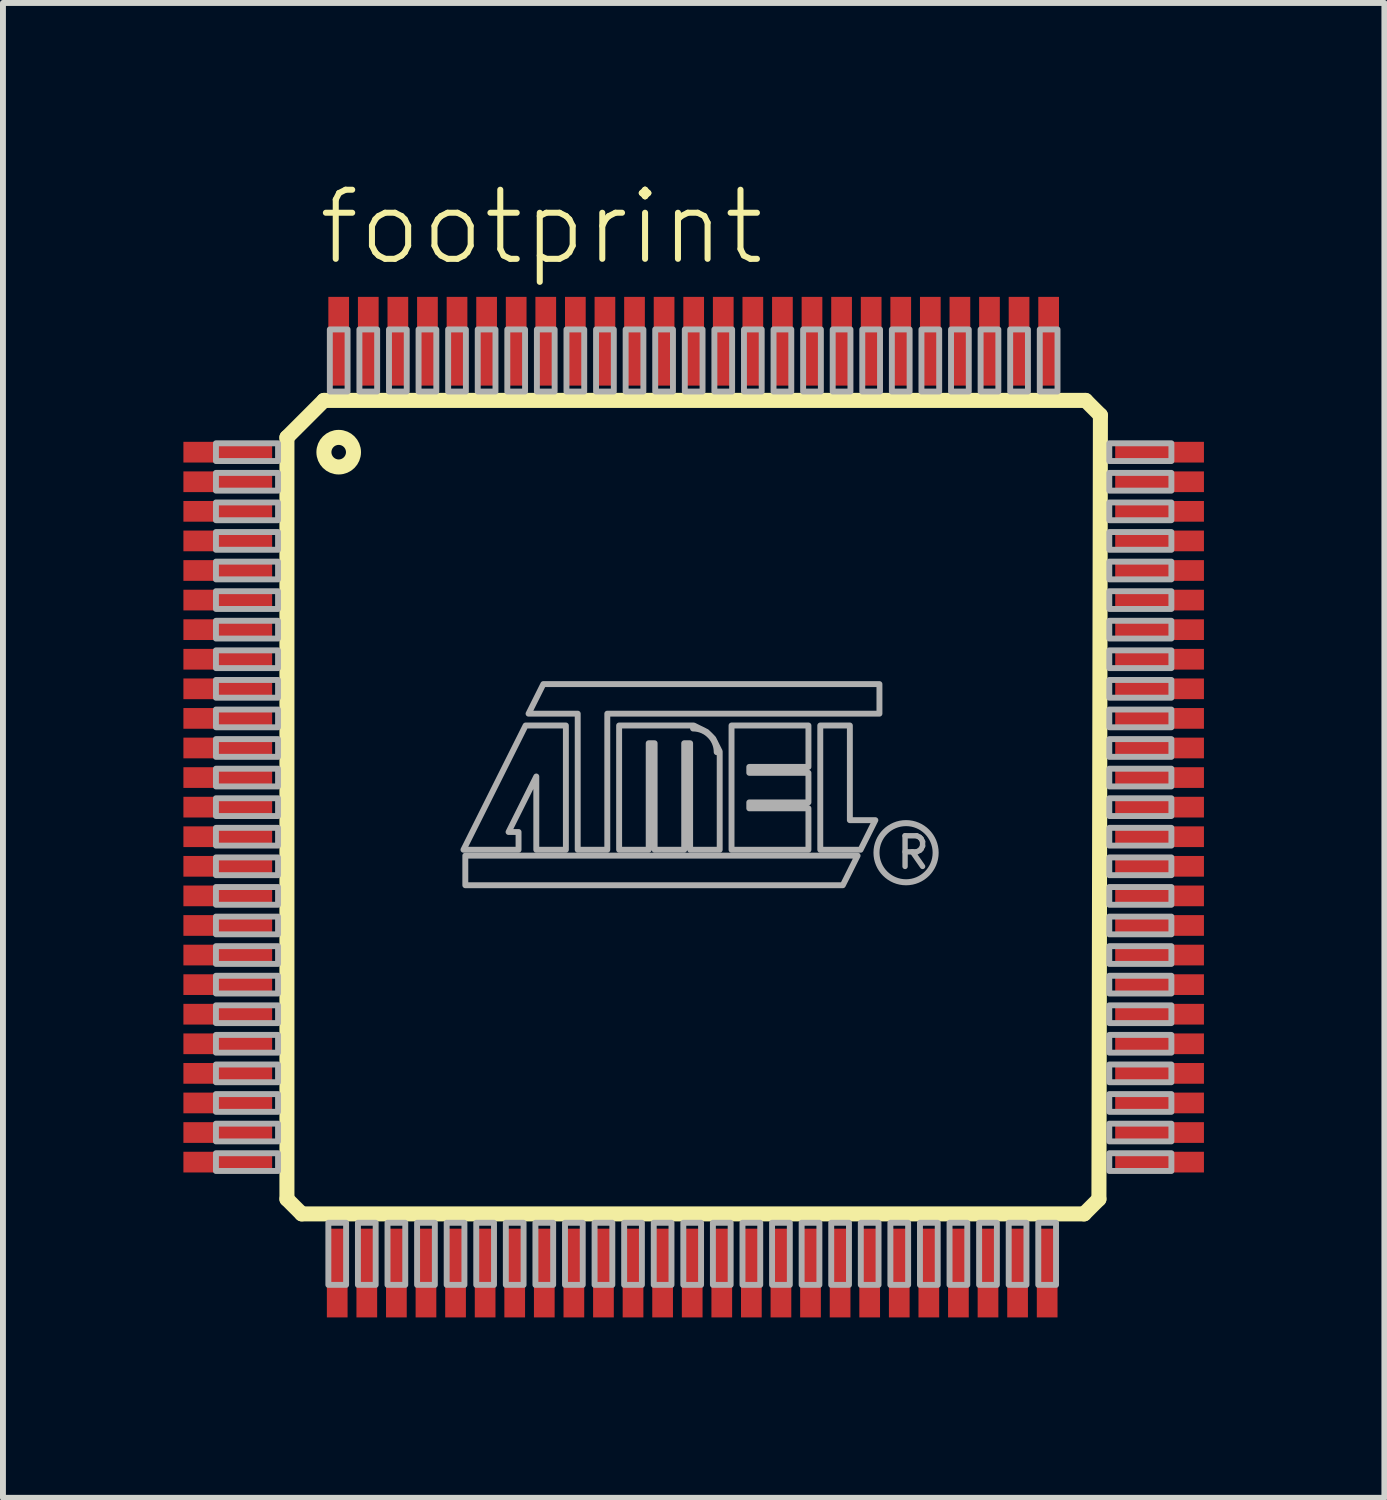
<source format=kicad_pcb>
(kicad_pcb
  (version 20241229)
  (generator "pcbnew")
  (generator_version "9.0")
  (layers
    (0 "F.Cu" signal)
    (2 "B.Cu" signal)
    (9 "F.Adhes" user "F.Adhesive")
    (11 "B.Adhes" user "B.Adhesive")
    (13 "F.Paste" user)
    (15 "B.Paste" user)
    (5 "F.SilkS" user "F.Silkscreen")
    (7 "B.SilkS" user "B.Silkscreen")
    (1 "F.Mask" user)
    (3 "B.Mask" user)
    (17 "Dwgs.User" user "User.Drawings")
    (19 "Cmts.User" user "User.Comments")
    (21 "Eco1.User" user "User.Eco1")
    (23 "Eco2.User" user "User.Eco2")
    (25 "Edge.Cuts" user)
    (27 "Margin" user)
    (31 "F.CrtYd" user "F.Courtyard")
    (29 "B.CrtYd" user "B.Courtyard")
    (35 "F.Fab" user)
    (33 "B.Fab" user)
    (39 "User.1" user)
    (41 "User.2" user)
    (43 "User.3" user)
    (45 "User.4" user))
  (footprint "footprint"
    (layer "F.Cu")
    (at 8.675 10.593)
    (property "Reference" "footprint" (at -6.395 -9.12 0) (layer "F.SilkS") (effects (font (size 1.168 1.168) (thickness 0.102)) (justify left bottom)))
    (fp_poly (pts (xy -8.675 -5.8) (xy -7.075 -5.8) (xy -7.075 -6.2) (xy -8.675 -6.2)) (stroke (width 0) (type solid)) (fill yes) (layer "F.Mask"))
    (fp_poly (pts (xy -8.675 -5.3) (xy -7.075 -5.3) (xy -7.075 -5.7) (xy -8.675 -5.7)) (stroke (width 0) (type solid)) (fill yes) (layer "F.Mask"))
    (fp_poly (pts (xy -8.675 -4.8) (xy -7.075 -4.8) (xy -7.075 -5.2) (xy -8.675 -5.2)) (stroke (width 0) (type solid)) (fill yes) (layer "F.Mask"))
    (fp_poly (pts (xy -8.675 -4.3) (xy -7.075 -4.3) (xy -7.075 -4.7) (xy -8.675 -4.7)) (stroke (width 0) (type solid)) (fill yes) (layer "F.Mask"))
    (fp_poly (pts (xy -8.675 -3.8) (xy -7.075 -3.8) (xy -7.075 -4.2) (xy -8.675 -4.2)) (stroke (width 0) (type solid)) (fill yes) (layer "F.Mask"))
    (fp_poly (pts (xy -8.675 -3.3) (xy -7.075 -3.3) (xy -7.075 -3.7) (xy -8.675 -3.7)) (stroke (width 0) (type solid)) (fill yes) (layer "F.Mask"))
    (fp_poly (pts (xy -8.675 -2.8) (xy -7.075 -2.8) (xy -7.075 -3.2) (xy -8.675 -3.2)) (stroke (width 0) (type solid)) (fill yes) (layer "F.Mask"))
    (fp_poly (pts (xy -8.675 -2.3) (xy -7.075 -2.3) (xy -7.075 -2.7) (xy -8.675 -2.7)) (stroke (width 0) (type solid)) (fill yes) (layer "F.Mask"))
    (fp_poly (pts (xy -8.675 -1.8) (xy -7.075 -1.8) (xy -7.075 -2.2) (xy -8.675 -2.2)) (stroke (width 0) (type solid)) (fill yes) (layer "F.Mask"))
    (fp_poly (pts (xy -8.675 -1.3) (xy -7.075 -1.3) (xy -7.075 -1.7) (xy -8.675 -1.7)) (stroke (width 0) (type solid)) (fill yes) (layer "F.Mask"))
    (fp_poly (pts (xy -8.675 -0.8) (xy -7.075 -0.8) (xy -7.075 -1.2) (xy -8.675 -1.2)) (stroke (width 0) (type solid)) (fill yes) (layer "F.Mask"))
    (fp_poly (pts (xy -8.675 -0.3) (xy -7.075 -0.3) (xy -7.075 -0.7) (xy -8.675 -0.7)) (stroke (width 0) (type solid)) (fill yes) (layer "F.Mask"))
    (fp_poly (pts (xy -8.675 0.2) (xy -7.075 0.2) (xy -7.075 -0.2) (xy -8.675 -0.2)) (stroke (width 0) (type solid)) (fill yes) (layer "F.Mask"))
    (fp_poly (pts (xy -8.675 0.7) (xy -7.075 0.7) (xy -7.075 0.3) (xy -8.675 0.3)) (stroke (width 0) (type solid)) (fill yes) (layer "F.Mask"))
    (fp_poly (pts (xy -8.675 1.2) (xy -7.075 1.2) (xy -7.075 0.8) (xy -8.675 0.8)) (stroke (width 0) (type solid)) (fill yes) (layer "F.Mask"))
    (fp_poly (pts (xy -8.675 1.7) (xy -7.075 1.7) (xy -7.075 1.3) (xy -8.675 1.3)) (stroke (width 0) (type solid)) (fill yes) (layer "F.Mask"))
    (fp_poly (pts (xy -8.675 2.2) (xy -7.075 2.2) (xy -7.075 1.8) (xy -8.675 1.8)) (stroke (width 0) (type solid)) (fill yes) (layer "F.Mask"))
    (fp_poly (pts (xy -8.675 2.7) (xy -7.075 2.7) (xy -7.075 2.3) (xy -8.675 2.3)) (stroke (width 0) (type solid)) (fill yes) (layer "F.Mask"))
    (fp_poly (pts (xy -8.675 3.2) (xy -7.075 3.2) (xy -7.075 2.8) (xy -8.675 2.8)) (stroke (width 0) (type solid)) (fill yes) (layer "F.Mask"))
    (fp_poly (pts (xy -8.675 3.7) (xy -7.075 3.7) (xy -7.075 3.3) (xy -8.675 3.3)) (stroke (width 0) (type solid)) (fill yes) (layer "F.Mask"))
    (fp_poly (pts (xy -8.675 4.2) (xy -7.075 4.2) (xy -7.075 3.8) (xy -8.675 3.8)) (stroke (width 0) (type solid)) (fill yes) (layer "F.Mask"))
    (fp_poly (pts (xy -8.675 4.7) (xy -7.075 4.7) (xy -7.075 4.3) (xy -8.675 4.3)) (stroke (width 0) (type solid)) (fill yes) (layer "F.Mask"))
    (fp_poly (pts (xy -8.675 5.2) (xy -7.075 5.2) (xy -7.075 4.8) (xy -8.675 4.8)) (stroke (width 0) (type solid)) (fill yes) (layer "F.Mask"))
    (fp_poly (pts (xy -8.675 5.7) (xy -7.075 5.7) (xy -7.075 5.3) (xy -8.675 5.3)) (stroke (width 0) (type solid)) (fill yes) (layer "F.Mask"))
    (fp_poly (pts (xy -8.675 6.2) (xy -7.075 6.2) (xy -7.075 5.8) (xy -8.675 5.8)) (stroke (width 0) (type solid)) (fill yes) (layer "F.Mask"))
    (fp_poly (pts (xy -6.2 -8.675) (xy -6.2 -7.075) (xy -5.8 -7.075) (xy -5.8 -8.675)) (stroke (width 0) (type solid)) (fill yes) (layer "F.Mask"))
    (fp_poly (pts (xy -5.8 8.675) (xy -5.8 7.075) (xy -6.2 7.075) (xy -6.2 8.675)) (stroke (width 0) (type solid)) (fill yes) (layer "F.Mask"))
    (fp_poly (pts (xy -5.7 -8.675) (xy -5.7 -7.075) (xy -5.3 -7.075) (xy -5.3 -8.675)) (stroke (width 0) (type solid)) (fill yes) (layer "F.Mask"))
    (fp_poly (pts (xy -5.3 8.675) (xy -5.3 7.075) (xy -5.7 7.075) (xy -5.7 8.675)) (stroke (width 0) (type solid)) (fill yes) (layer "F.Mask"))
    (fp_poly (pts (xy -5.2 -8.675) (xy -5.2 -7.075) (xy -4.8 -7.075) (xy -4.8 -8.675)) (stroke (width 0) (type solid)) (fill yes) (layer "F.Mask"))
    (fp_poly (pts (xy -4.8 8.675) (xy -4.8 7.075) (xy -5.2 7.075) (xy -5.2 8.675)) (stroke (width 0) (type solid)) (fill yes) (layer "F.Mask"))
    (fp_poly (pts (xy -4.7 -8.675) (xy -4.7 -7.075) (xy -4.3 -7.075) (xy -4.3 -8.675)) (stroke (width 0) (type solid)) (fill yes) (layer "F.Mask"))
    (fp_poly (pts (xy -4.3 8.675) (xy -4.3 7.075) (xy -4.7 7.075) (xy -4.7 8.675)) (stroke (width 0) (type solid)) (fill yes) (layer "F.Mask"))
    (fp_poly (pts (xy -4.2 -8.675) (xy -4.2 -7.075) (xy -3.8 -7.075) (xy -3.8 -8.675)) (stroke (width 0) (type solid)) (fill yes) (layer "F.Mask"))
    (fp_poly (pts (xy -3.8 8.675) (xy -3.8 7.075) (xy -4.2 7.075) (xy -4.2 8.675)) (stroke (width 0) (type solid)) (fill yes) (layer "F.Mask"))
    (fp_poly (pts (xy -3.7 -8.675) (xy -3.7 -7.075) (xy -3.3 -7.075) (xy -3.3 -8.675)) (stroke (width 0) (type solid)) (fill yes) (layer "F.Mask"))
    (fp_poly (pts (xy -3.3 8.675) (xy -3.3 7.075) (xy -3.7 7.075) (xy -3.7 8.675)) (stroke (width 0) (type solid)) (fill yes) (layer "F.Mask"))
    (fp_poly (pts (xy -3.2 -8.675) (xy -3.2 -7.075) (xy -2.8 -7.075) (xy -2.8 -8.675)) (stroke (width 0) (type solid)) (fill yes) (layer "F.Mask"))
    (fp_poly (pts (xy -2.8 8.675) (xy -2.8 7.075) (xy -3.2 7.075) (xy -3.2 8.675)) (stroke (width 0) (type solid)) (fill yes) (layer "F.Mask"))
    (fp_poly (pts (xy -2.7 -8.675) (xy -2.7 -7.075) (xy -2.3 -7.075) (xy -2.3 -8.675)) (stroke (width 0) (type solid)) (fill yes) (layer "F.Mask"))
    (fp_poly (pts (xy -2.3 8.675) (xy -2.3 7.075) (xy -2.7 7.075) (xy -2.7 8.675)) (stroke (width 0) (type solid)) (fill yes) (layer "F.Mask"))
    (fp_poly (pts (xy -2.2 -8.675) (xy -2.2 -7.075) (xy -1.8 -7.075) (xy -1.8 -8.675)) (stroke (width 0) (type solid)) (fill yes) (layer "F.Mask"))
    (fp_poly (pts (xy -1.8 8.675) (xy -1.8 7.075) (xy -2.2 7.075) (xy -2.2 8.675)) (stroke (width 0) (type solid)) (fill yes) (layer "F.Mask"))
    (fp_poly (pts (xy -1.7 -8.675) (xy -1.7 -7.075) (xy -1.3 -7.075) (xy -1.3 -8.675)) (stroke (width 0) (type solid)) (fill yes) (layer "F.Mask"))
    (fp_poly (pts (xy -1.3 8.675) (xy -1.3 7.075) (xy -1.7 7.075) (xy -1.7 8.675)) (stroke (width 0) (type solid)) (fill yes) (layer "F.Mask"))
    (fp_poly (pts (xy -1.2 -8.675) (xy -1.2 -7.075) (xy -0.8 -7.075) (xy -0.8 -8.675)) (stroke (width 0) (type solid)) (fill yes) (layer "F.Mask"))
    (fp_poly (pts (xy -0.8 8.675) (xy -0.8 7.075) (xy -1.2 7.075) (xy -1.2 8.675)) (stroke (width 0) (type solid)) (fill yes) (layer "F.Mask"))
    (fp_poly (pts (xy -0.7 -8.675) (xy -0.7 -7.075) (xy -0.3 -7.075) (xy -0.3 -8.675)) (stroke (width 0) (type solid)) (fill yes) (layer "F.Mask"))
    (fp_poly (pts (xy -0.3 8.675) (xy -0.3 7.075) (xy -0.7 7.075) (xy -0.7 8.675)) (stroke (width 0) (type solid)) (fill yes) (layer "F.Mask"))
    (fp_poly (pts (xy -0.2 -8.675) (xy -0.2 -7.075) (xy 0.2 -7.075) (xy 0.2 -8.675)) (stroke (width 0) (type solid)) (fill yes) (layer "F.Mask"))
    (fp_poly (pts (xy 0.2 8.675) (xy 0.2 7.075) (xy -0.2 7.075) (xy -0.2 8.675)) (stroke (width 0) (type solid)) (fill yes) (layer "F.Mask"))
    (fp_poly (pts (xy 0.3 -8.675) (xy 0.3 -7.075) (xy 0.7 -7.075) (xy 0.7 -8.675)) (stroke (width 0) (type solid)) (fill yes) (layer "F.Mask"))
    (fp_poly (pts (xy 0.7 8.675) (xy 0.7 7.075) (xy 0.3 7.075) (xy 0.3 8.675)) (stroke (width 0) (type solid)) (fill yes) (layer "F.Mask"))
    (fp_poly (pts (xy 0.8 -8.675) (xy 0.8 -7.075) (xy 1.2 -7.075) (xy 1.2 -8.675)) (stroke (width 0) (type solid)) (fill yes) (layer "F.Mask"))
    (fp_poly (pts (xy 1.2 8.675) (xy 1.2 7.075) (xy 0.8 7.075) (xy 0.8 8.675)) (stroke (width 0) (type solid)) (fill yes) (layer "F.Mask"))
    (fp_poly (pts (xy 1.3 -8.675) (xy 1.3 -7.075) (xy 1.7 -7.075) (xy 1.7 -8.675)) (stroke (width 0) (type solid)) (fill yes) (layer "F.Mask"))
    (fp_poly (pts (xy 1.7 8.675) (xy 1.7 7.075) (xy 1.3 7.075) (xy 1.3 8.675)) (stroke (width 0) (type solid)) (fill yes) (layer "F.Mask"))
    (fp_poly (pts (xy 1.8 -8.675) (xy 1.8 -7.075) (xy 2.2 -7.075) (xy 2.2 -8.675)) (stroke (width 0) (type solid)) (fill yes) (layer "F.Mask"))
    (fp_poly (pts (xy 2.2 8.675) (xy 2.2 7.075) (xy 1.8 7.075) (xy 1.8 8.675)) (stroke (width 0) (type solid)) (fill yes) (layer "F.Mask"))
    (fp_poly (pts (xy 2.3 -8.675) (xy 2.3 -7.075) (xy 2.7 -7.075) (xy 2.7 -8.675)) (stroke (width 0) (type solid)) (fill yes) (layer "F.Mask"))
    (fp_poly (pts (xy 2.7 8.675) (xy 2.7 7.075) (xy 2.3 7.075) (xy 2.3 8.675)) (stroke (width 0) (type solid)) (fill yes) (layer "F.Mask"))
    (fp_poly (pts (xy 2.8 -8.675) (xy 2.8 -7.075) (xy 3.2 -7.075) (xy 3.2 -8.675)) (stroke (width 0) (type solid)) (fill yes) (layer "F.Mask"))
    (fp_poly (pts (xy 3.2 8.675) (xy 3.2 7.075) (xy 2.8 7.075) (xy 2.8 8.675)) (stroke (width 0) (type solid)) (fill yes) (layer "F.Mask"))
    (fp_poly (pts (xy 3.3 -8.675) (xy 3.3 -7.075) (xy 3.7 -7.075) (xy 3.7 -8.675)) (stroke (width 0) (type solid)) (fill yes) (layer "F.Mask"))
    (fp_poly (pts (xy 3.7 8.675) (xy 3.7 7.075) (xy 3.3 7.075) (xy 3.3 8.675)) (stroke (width 0) (type solid)) (fill yes) (layer "F.Mask"))
    (fp_poly (pts (xy 3.8 -8.675) (xy 3.8 -7.075) (xy 4.2 -7.075) (xy 4.2 -8.675)) (stroke (width 0) (type solid)) (fill yes) (layer "F.Mask"))
    (fp_poly (pts (xy 4.2 8.675) (xy 4.2 7.075) (xy 3.8 7.075) (xy 3.8 8.675)) (stroke (width 0) (type solid)) (fill yes) (layer "F.Mask"))
    (fp_poly (pts (xy 4.3 -8.675) (xy 4.3 -7.075) (xy 4.7 -7.075) (xy 4.7 -8.675)) (stroke (width 0) (type solid)) (fill yes) (layer "F.Mask"))
    (fp_poly (pts (xy 4.7 8.675) (xy 4.7 7.075) (xy 4.3 7.075) (xy 4.3 8.675)) (stroke (width 0) (type solid)) (fill yes) (layer "F.Mask"))
    (fp_poly (pts (xy 4.8 -8.675) (xy 4.8 -7.075) (xy 5.2 -7.075) (xy 5.2 -8.675)) (stroke (width 0) (type solid)) (fill yes) (layer "F.Mask"))
    (fp_poly (pts (xy 5.2 8.675) (xy 5.2 7.075) (xy 4.8 7.075) (xy 4.8 8.675)) (stroke (width 0) (type solid)) (fill yes) (layer "F.Mask"))
    (fp_poly (pts (xy 5.3 -8.675) (xy 5.3 -7.075) (xy 5.7 -7.075) (xy 5.7 -8.675)) (stroke (width 0) (type solid)) (fill yes) (layer "F.Mask"))
    (fp_poly (pts (xy 5.7 8.675) (xy 5.7 7.075) (xy 5.3 7.075) (xy 5.3 8.675)) (stroke (width 0) (type solid)) (fill yes) (layer "F.Mask"))
    (fp_poly (pts (xy 5.8 -8.675) (xy 5.8 -7.075) (xy 6.2 -7.075) (xy 6.2 -8.675)) (stroke (width 0) (type solid)) (fill yes) (layer "F.Mask"))
    (fp_poly (pts (xy 6.2 8.675) (xy 6.2 7.075) (xy 5.8 7.075) (xy 5.8 8.675)) (stroke (width 0) (type solid)) (fill yes) (layer "F.Mask"))
    (fp_poly (pts (xy 8.675 -6.2) (xy 7.075 -6.2) (xy 7.075 -5.8) (xy 8.675 -5.8)) (stroke (width 0) (type solid)) (fill yes) (layer "F.Mask"))
    (fp_poly (pts (xy 8.675 -5.7) (xy 7.075 -5.7) (xy 7.075 -5.3) (xy 8.675 -5.3)) (stroke (width 0) (type solid)) (fill yes) (layer "F.Mask"))
    (fp_poly (pts (xy 8.675 -5.2) (xy 7.075 -5.2) (xy 7.075 -4.8) (xy 8.675 -4.8)) (stroke (width 0) (type solid)) (fill yes) (layer "F.Mask"))
    (fp_poly (pts (xy 8.675 -4.7) (xy 7.075 -4.7) (xy 7.075 -4.3) (xy 8.675 -4.3)) (stroke (width 0) (type solid)) (fill yes) (layer "F.Mask"))
    (fp_poly (pts (xy 8.675 -4.2) (xy 7.075 -4.2) (xy 7.075 -3.8) (xy 8.675 -3.8)) (stroke (width 0) (type solid)) (fill yes) (layer "F.Mask"))
    (fp_poly (pts (xy 8.675 -3.7) (xy 7.075 -3.7) (xy 7.075 -3.3) (xy 8.675 -3.3)) (stroke (width 0) (type solid)) (fill yes) (layer "F.Mask"))
    (fp_poly (pts (xy 8.675 -3.2) (xy 7.075 -3.2) (xy 7.075 -2.8) (xy 8.675 -2.8)) (stroke (width 0) (type solid)) (fill yes) (layer "F.Mask"))
    (fp_poly (pts (xy 8.675 -2.7) (xy 7.075 -2.7) (xy 7.075 -2.3) (xy 8.675 -2.3)) (stroke (width 0) (type solid)) (fill yes) (layer "F.Mask"))
    (fp_poly (pts (xy 8.675 -2.2) (xy 7.075 -2.2) (xy 7.075 -1.8) (xy 8.675 -1.8)) (stroke (width 0) (type solid)) (fill yes) (layer "F.Mask"))
    (fp_poly (pts (xy 8.675 -1.7) (xy 7.075 -1.7) (xy 7.075 -1.3) (xy 8.675 -1.3)) (stroke (width 0) (type solid)) (fill yes) (layer "F.Mask"))
    (fp_poly (pts (xy 8.675 -1.2) (xy 7.075 -1.2) (xy 7.075 -0.8) (xy 8.675 -0.8)) (stroke (width 0) (type solid)) (fill yes) (layer "F.Mask"))
    (fp_poly (pts (xy 8.675 -0.7) (xy 7.075 -0.7) (xy 7.075 -0.3) (xy 8.675 -0.3)) (stroke (width 0) (type solid)) (fill yes) (layer "F.Mask"))
    (fp_poly (pts (xy 8.675 -0.2) (xy 7.075 -0.2) (xy 7.075 0.2) (xy 8.675 0.2)) (stroke (width 0) (type solid)) (fill yes) (layer "F.Mask"))
    (fp_poly (pts (xy 8.675 0.3) (xy 7.075 0.3) (xy 7.075 0.7) (xy 8.675 0.7)) (stroke (width 0) (type solid)) (fill yes) (layer "F.Mask"))
    (fp_poly (pts (xy 8.675 0.8) (xy 7.075 0.8) (xy 7.075 1.2) (xy 8.675 1.2)) (stroke (width 0) (type solid)) (fill yes) (layer "F.Mask"))
    (fp_poly (pts (xy 8.675 1.3) (xy 7.075 1.3) (xy 7.075 1.7) (xy 8.675 1.7)) (stroke (width 0) (type solid)) (fill yes) (layer "F.Mask"))
    (fp_poly (pts (xy 8.675 1.8) (xy 7.075 1.8) (xy 7.075 2.2) (xy 8.675 2.2)) (stroke (width 0) (type solid)) (fill yes) (layer "F.Mask"))
    (fp_poly (pts (xy 8.675 2.3) (xy 7.075 2.3) (xy 7.075 2.7) (xy 8.675 2.7)) (stroke (width 0) (type solid)) (fill yes) (layer "F.Mask"))
    (fp_poly (pts (xy 8.675 2.8) (xy 7.075 2.8) (xy 7.075 3.2) (xy 8.675 3.2)) (stroke (width 0) (type solid)) (fill yes) (layer "F.Mask"))
    (fp_poly (pts (xy 8.675 3.3) (xy 7.075 3.3) (xy 7.075 3.7) (xy 8.675 3.7)) (stroke (width 0) (type solid)) (fill yes) (layer "F.Mask"))
    (fp_poly (pts (xy 8.675 3.8) (xy 7.075 3.8) (xy 7.075 4.2) (xy 8.675 4.2)) (stroke (width 0) (type solid)) (fill yes) (layer "F.Mask"))
    (fp_poly (pts (xy 8.675 4.3) (xy 7.075 4.3) (xy 7.075 4.7) (xy 8.675 4.7)) (stroke (width 0) (type solid)) (fill yes) (layer "F.Mask"))
    (fp_poly (pts (xy 8.675 4.8) (xy 7.075 4.8) (xy 7.075 5.2) (xy 8.675 5.2)) (stroke (width 0) (type solid)) (fill yes) (layer "F.Mask"))
    (fp_poly (pts (xy 8.675 5.3) (xy 7.075 5.3) (xy 7.075 5.7) (xy 8.675 5.7)) (stroke (width 0) (type solid)) (fill yes) (layer "F.Mask"))
    (fp_poly (pts (xy 8.675 5.8) (xy 7.075 5.8) (xy 7.075 6.2) (xy 8.675 6.2)) (stroke (width 0) (type solid)) (fill yes) (layer "F.Mask"))
    (fp_line (start -6.875 -6.25) (end -6.25 -6.875) (stroke (width 0.254) (type solid)) (layer "F.SilkS"))
    (fp_line (start -6.875 6.625) (end -6.875 -6.25) (stroke (width 0.254) (type solid)) (layer "F.SilkS"))
    (fp_line (start -6.625 6.875) (end -6.875 6.625) (stroke (width 0.254) (type solid)) (layer "F.SilkS"))
    (fp_line (start -6.25 -6.875) (end 6.625 -6.875) (stroke (width 0.254) (type solid)) (layer "F.SilkS"))
    (fp_line (start 6.6 6.875) (end -6.625 6.875) (stroke (width 0.254) (type solid)) (layer "F.SilkS"))
    (fp_line (start 6.625 -6.875) (end 6.875 -6.625) (stroke (width 0.254) (type solid)) (layer "F.SilkS"))
    (fp_line (start 6.85 6.625) (end 6.6 6.875) (stroke (width 0.254) (type solid)) (layer "F.SilkS"))
    (fp_line (start 6.875 -6.625) (end 6.85 6.625) (stroke (width 0.254) (type solid)) (layer "F.SilkS"))
    (fp_circle (center -6 -6) (end -5.75 -6) (stroke (width 0.254) (type solid)) (fill no) (layer "F.SilkS"))
    (fp_poly (pts (xy -8.6 -5.85) (xy -7.15 -5.85) (xy -7.15 -6.15) (xy -8.6 -6.15)) (stroke (width 0) (type solid)) (fill yes) (layer "F.Paste"))
    (fp_poly (pts (xy -8.6 -5.35) (xy -7.15 -5.35) (xy -7.15 -5.65) (xy -8.6 -5.65)) (stroke (width 0) (type solid)) (fill yes) (layer "F.Paste"))
    (fp_poly (pts (xy -8.6 -4.85) (xy -7.15 -4.85) (xy -7.15 -5.15) (xy -8.6 -5.15)) (stroke (width 0) (type solid)) (fill yes) (layer "F.Paste"))
    (fp_poly (pts (xy -8.6 -4.35) (xy -7.15 -4.35) (xy -7.15 -4.65) (xy -8.6 -4.65)) (stroke (width 0) (type solid)) (fill yes) (layer "F.Paste"))
    (fp_poly (pts (xy -8.6 -3.85) (xy -7.15 -3.85) (xy -7.15 -4.15) (xy -8.6 -4.15)) (stroke (width 0) (type solid)) (fill yes) (layer "F.Paste"))
    (fp_poly (pts (xy -8.6 -3.35) (xy -7.15 -3.35) (xy -7.15 -3.65) (xy -8.6 -3.65)) (stroke (width 0) (type solid)) (fill yes) (layer "F.Paste"))
    (fp_poly (pts (xy -8.6 -2.85) (xy -7.15 -2.85) (xy -7.15 -3.15) (xy -8.6 -3.15)) (stroke (width 0) (type solid)) (fill yes) (layer "F.Paste"))
    (fp_poly (pts (xy -8.6 -2.35) (xy -7.15 -2.35) (xy -7.15 -2.65) (xy -8.6 -2.65)) (stroke (width 0) (type solid)) (fill yes) (layer "F.Paste"))
    (fp_poly (pts (xy -8.6 -1.85) (xy -7.15 -1.85) (xy -7.15 -2.15) (xy -8.6 -2.15)) (stroke (width 0) (type solid)) (fill yes) (layer "F.Paste"))
    (fp_poly (pts (xy -8.6 -1.35) (xy -7.15 -1.35) (xy -7.15 -1.65) (xy -8.6 -1.65)) (stroke (width 0) (type solid)) (fill yes) (layer "F.Paste"))
    (fp_poly (pts (xy -8.6 -0.85) (xy -7.15 -0.85) (xy -7.15 -1.15) (xy -8.6 -1.15)) (stroke (width 0) (type solid)) (fill yes) (layer "F.Paste"))
    (fp_poly (pts (xy -8.6 -0.35) (xy -7.15 -0.35) (xy -7.15 -0.65) (xy -8.6 -0.65)) (stroke (width 0) (type solid)) (fill yes) (layer "F.Paste"))
    (fp_poly (pts (xy -8.6 0.15) (xy -7.15 0.15) (xy -7.15 -0.15) (xy -8.6 -0.15)) (stroke (width 0) (type solid)) (fill yes) (layer "F.Paste"))
    (fp_poly (pts (xy -8.6 0.65) (xy -7.15 0.65) (xy -7.15 0.35) (xy -8.6 0.35)) (stroke (width 0) (type solid)) (fill yes) (layer "F.Paste"))
    (fp_poly (pts (xy -8.6 1.15) (xy -7.15 1.15) (xy -7.15 0.85) (xy -8.6 0.85)) (stroke (width 0) (type solid)) (fill yes) (layer "F.Paste"))
    (fp_poly (pts (xy -8.6 1.65) (xy -7.15 1.65) (xy -7.15 1.35) (xy -8.6 1.35)) (stroke (width 0) (type solid)) (fill yes) (layer "F.Paste"))
    (fp_poly (pts (xy -8.6 2.15) (xy -7.15 2.15) (xy -7.15 1.85) (xy -8.6 1.85)) (stroke (width 0) (type solid)) (fill yes) (layer "F.Paste"))
    (fp_poly (pts (xy -8.6 2.65) (xy -7.15 2.65) (xy -7.15 2.35) (xy -8.6 2.35)) (stroke (width 0) (type solid)) (fill yes) (layer "F.Paste"))
    (fp_poly (pts (xy -8.6 3.15) (xy -7.15 3.15) (xy -7.15 2.85) (xy -8.6 2.85)) (stroke (width 0) (type solid)) (fill yes) (layer "F.Paste"))
    (fp_poly (pts (xy -8.6 3.65) (xy -7.15 3.65) (xy -7.15 3.35) (xy -8.6 3.35)) (stroke (width 0) (type solid)) (fill yes) (layer "F.Paste"))
    (fp_poly (pts (xy -8.6 4.15) (xy -7.15 4.15) (xy -7.15 3.85) (xy -8.6 3.85)) (stroke (width 0) (type solid)) (fill yes) (layer "F.Paste"))
    (fp_poly (pts (xy -8.6 4.65) (xy -7.15 4.65) (xy -7.15 4.35) (xy -8.6 4.35)) (stroke (width 0) (type solid)) (fill yes) (layer "F.Paste"))
    (fp_poly (pts (xy -8.6 5.15) (xy -7.15 5.15) (xy -7.15 4.85) (xy -8.6 4.85)) (stroke (width 0) (type solid)) (fill yes) (layer "F.Paste"))
    (fp_poly (pts (xy -8.6 5.65) (xy -7.15 5.65) (xy -7.15 5.35) (xy -8.6 5.35)) (stroke (width 0) (type solid)) (fill yes) (layer "F.Paste"))
    (fp_poly (pts (xy -8.6 6.15) (xy -7.15 6.15) (xy -7.15 5.85) (xy -8.6 5.85)) (stroke (width 0) (type solid)) (fill yes) (layer "F.Paste"))
    (fp_poly (pts (xy -6.15 -8.6) (xy -6.15 -7.15) (xy -5.85 -7.15) (xy -5.85 -8.6)) (stroke (width 0) (type solid)) (fill yes) (layer "F.Paste"))
    (fp_poly (pts (xy -5.85 8.6) (xy -5.85 7.15) (xy -6.15 7.15) (xy -6.15 8.6)) (stroke (width 0) (type solid)) (fill yes) (layer "F.Paste"))
    (fp_poly (pts (xy -5.65 -8.6) (xy -5.65 -7.15) (xy -5.35 -7.15) (xy -5.35 -8.6)) (stroke (width 0) (type solid)) (fill yes) (layer "F.Paste"))
    (fp_poly (pts (xy -5.35 8.6) (xy -5.35 7.15) (xy -5.65 7.15) (xy -5.65 8.6)) (stroke (width 0) (type solid)) (fill yes) (layer "F.Paste"))
    (fp_poly (pts (xy -5.15 -8.6) (xy -5.15 -7.15) (xy -4.85 -7.15) (xy -4.85 -8.6)) (stroke (width 0) (type solid)) (fill yes) (layer "F.Paste"))
    (fp_poly (pts (xy -4.85 8.6) (xy -4.85 7.15) (xy -5.15 7.15) (xy -5.15 8.6)) (stroke (width 0) (type solid)) (fill yes) (layer "F.Paste"))
    (fp_poly (pts (xy -4.65 -8.6) (xy -4.65 -7.15) (xy -4.35 -7.15) (xy -4.35 -8.6)) (stroke (width 0) (type solid)) (fill yes) (layer "F.Paste"))
    (fp_poly (pts (xy -4.35 8.6) (xy -4.35 7.15) (xy -4.65 7.15) (xy -4.65 8.6)) (stroke (width 0) (type solid)) (fill yes) (layer "F.Paste"))
    (fp_poly (pts (xy -4.15 -8.6) (xy -4.15 -7.15) (xy -3.85 -7.15) (xy -3.85 -8.6)) (stroke (width 0) (type solid)) (fill yes) (layer "F.Paste"))
    (fp_poly (pts (xy -3.85 8.6) (xy -3.85 7.15) (xy -4.15 7.15) (xy -4.15 8.6)) (stroke (width 0) (type solid)) (fill yes) (layer "F.Paste"))
    (fp_poly (pts (xy -3.65 -8.6) (xy -3.65 -7.15) (xy -3.35 -7.15) (xy -3.35 -8.6)) (stroke (width 0) (type solid)) (fill yes) (layer "F.Paste"))
    (fp_poly (pts (xy -3.35 8.6) (xy -3.35 7.15) (xy -3.65 7.15) (xy -3.65 8.6)) (stroke (width 0) (type solid)) (fill yes) (layer "F.Paste"))
    (fp_poly (pts (xy -3.15 -8.6) (xy -3.15 -7.15) (xy -2.85 -7.15) (xy -2.85 -8.6)) (stroke (width 0) (type solid)) (fill yes) (layer "F.Paste"))
    (fp_poly (pts (xy -2.85 8.6) (xy -2.85 7.15) (xy -3.15 7.15) (xy -3.15 8.6)) (stroke (width 0) (type solid)) (fill yes) (layer "F.Paste"))
    (fp_poly (pts (xy -2.65 -8.6) (xy -2.65 -7.15) (xy -2.35 -7.15) (xy -2.35 -8.6)) (stroke (width 0) (type solid)) (fill yes) (layer "F.Paste"))
    (fp_poly (pts (xy -2.35 8.6) (xy -2.35 7.15) (xy -2.65 7.15) (xy -2.65 8.6)) (stroke (width 0) (type solid)) (fill yes) (layer "F.Paste"))
    (fp_poly (pts (xy -2.15 -8.6) (xy -2.15 -7.15) (xy -1.85 -7.15) (xy -1.85 -8.6)) (stroke (width 0) (type solid)) (fill yes) (layer "F.Paste"))
    (fp_poly (pts (xy -1.85 8.6) (xy -1.85 7.15) (xy -2.15 7.15) (xy -2.15 8.6)) (stroke (width 0) (type solid)) (fill yes) (layer "F.Paste"))
    (fp_poly (pts (xy -1.65 -8.6) (xy -1.65 -7.15) (xy -1.35 -7.15) (xy -1.35 -8.6)) (stroke (width 0) (type solid)) (fill yes) (layer "F.Paste"))
    (fp_poly (pts (xy -1.35 8.6) (xy -1.35 7.15) (xy -1.65 7.15) (xy -1.65 8.6)) (stroke (width 0) (type solid)) (fill yes) (layer "F.Paste"))
    (fp_poly (pts (xy -1.15 -8.6) (xy -1.15 -7.15) (xy -0.85 -7.15) (xy -0.85 -8.6)) (stroke (width 0) (type solid)) (fill yes) (layer "F.Paste"))
    (fp_poly (pts (xy -0.85 8.6) (xy -0.85 7.15) (xy -1.15 7.15) (xy -1.15 8.6)) (stroke (width 0) (type solid)) (fill yes) (layer "F.Paste"))
    (fp_poly (pts (xy -0.65 -8.6) (xy -0.65 -7.15) (xy -0.35 -7.15) (xy -0.35 -8.6)) (stroke (width 0) (type solid)) (fill yes) (layer "F.Paste"))
    (fp_poly (pts (xy -0.35 8.6) (xy -0.35 7.15) (xy -0.65 7.15) (xy -0.65 8.6)) (stroke (width 0) (type solid)) (fill yes) (layer "F.Paste"))
    (fp_poly (pts (xy -0.15 -8.6) (xy -0.15 -7.15) (xy 0.15 -7.15) (xy 0.15 -8.6)) (stroke (width 0) (type solid)) (fill yes) (layer "F.Paste"))
    (fp_poly (pts (xy 0.15 8.6) (xy 0.15 7.15) (xy -0.15 7.15) (xy -0.15 8.6)) (stroke (width 0) (type solid)) (fill yes) (layer "F.Paste"))
    (fp_poly (pts (xy 0.35 -8.6) (xy 0.35 -7.15) (xy 0.65 -7.15) (xy 0.65 -8.6)) (stroke (width 0) (type solid)) (fill yes) (layer "F.Paste"))
    (fp_poly (pts (xy 0.65 8.6) (xy 0.65 7.15) (xy 0.35 7.15) (xy 0.35 8.6)) (stroke (width 0) (type solid)) (fill yes) (layer "F.Paste"))
    (fp_poly (pts (xy 0.85 -8.6) (xy 0.85 -7.15) (xy 1.15 -7.15) (xy 1.15 -8.6)) (stroke (width 0) (type solid)) (fill yes) (layer "F.Paste"))
    (fp_poly (pts (xy 1.15 8.6) (xy 1.15 7.15) (xy 0.85 7.15) (xy 0.85 8.6)) (stroke (width 0) (type solid)) (fill yes) (layer "F.Paste"))
    (fp_poly (pts (xy 1.35 -8.6) (xy 1.35 -7.15) (xy 1.65 -7.15) (xy 1.65 -8.6)) (stroke (width 0) (type solid)) (fill yes) (layer "F.Paste"))
    (fp_poly (pts (xy 1.65 8.6) (xy 1.65 7.15) (xy 1.35 7.15) (xy 1.35 8.6)) (stroke (width 0) (type solid)) (fill yes) (layer "F.Paste"))
    (fp_poly (pts (xy 1.85 -8.6) (xy 1.85 -7.15) (xy 2.15 -7.15) (xy 2.15 -8.6)) (stroke (width 0) (type solid)) (fill yes) (layer "F.Paste"))
    (fp_poly (pts (xy 2.15 8.6) (xy 2.15 7.15) (xy 1.85 7.15) (xy 1.85 8.6)) (stroke (width 0) (type solid)) (fill yes) (layer "F.Paste"))
    (fp_poly (pts (xy 2.35 -8.6) (xy 2.35 -7.15) (xy 2.65 -7.15) (xy 2.65 -8.6)) (stroke (width 0) (type solid)) (fill yes) (layer "F.Paste"))
    (fp_poly (pts (xy 2.65 8.6) (xy 2.65 7.15) (xy 2.35 7.15) (xy 2.35 8.6)) (stroke (width 0) (type solid)) (fill yes) (layer "F.Paste"))
    (fp_poly (pts (xy 2.85 -8.6) (xy 2.85 -7.15) (xy 3.15 -7.15) (xy 3.15 -8.6)) (stroke (width 0) (type solid)) (fill yes) (layer "F.Paste"))
    (fp_poly (pts (xy 3.15 8.6) (xy 3.15 7.15) (xy 2.85 7.15) (xy 2.85 8.6)) (stroke (width 0) (type solid)) (fill yes) (layer "F.Paste"))
    (fp_poly (pts (xy 3.35 -8.6) (xy 3.35 -7.15) (xy 3.65 -7.15) (xy 3.65 -8.6)) (stroke (width 0) (type solid)) (fill yes) (layer "F.Paste"))
    (fp_poly (pts (xy 3.65 8.6) (xy 3.65 7.15) (xy 3.35 7.15) (xy 3.35 8.6)) (stroke (width 0) (type solid)) (fill yes) (layer "F.Paste"))
    (fp_poly (pts (xy 3.85 -8.6) (xy 3.85 -7.15) (xy 4.15 -7.15) (xy 4.15 -8.6)) (stroke (width 0) (type solid)) (fill yes) (layer "F.Paste"))
    (fp_poly (pts (xy 4.15 8.6) (xy 4.15 7.15) (xy 3.85 7.15) (xy 3.85 8.6)) (stroke (width 0) (type solid)) (fill yes) (layer "F.Paste"))
    (fp_poly (pts (xy 4.35 -8.6) (xy 4.35 -7.15) (xy 4.65 -7.15) (xy 4.65 -8.6)) (stroke (width 0) (type solid)) (fill yes) (layer "F.Paste"))
    (fp_poly (pts (xy 4.65 8.6) (xy 4.65 7.15) (xy 4.35 7.15) (xy 4.35 8.6)) (stroke (width 0) (type solid)) (fill yes) (layer "F.Paste"))
    (fp_poly (pts (xy 4.85 -8.6) (xy 4.85 -7.15) (xy 5.15 -7.15) (xy 5.15 -8.6)) (stroke (width 0) (type solid)) (fill yes) (layer "F.Paste"))
    (fp_poly (pts (xy 5.15 8.6) (xy 5.15 7.15) (xy 4.85 7.15) (xy 4.85 8.6)) (stroke (width 0) (type solid)) (fill yes) (layer "F.Paste"))
    (fp_poly (pts (xy 5.35 -8.6) (xy 5.35 -7.15) (xy 5.65 -7.15) (xy 5.65 -8.6)) (stroke (width 0) (type solid)) (fill yes) (layer "F.Paste"))
    (fp_poly (pts (xy 5.65 8.6) (xy 5.65 7.15) (xy 5.35 7.15) (xy 5.35 8.6)) (stroke (width 0) (type solid)) (fill yes) (layer "F.Paste"))
    (fp_poly (pts (xy 5.85 -8.6) (xy 5.85 -7.15) (xy 6.15 -7.15) (xy 6.15 -8.6)) (stroke (width 0) (type solid)) (fill yes) (layer "F.Paste"))
    (fp_poly (pts (xy 6.15 8.6) (xy 6.15 7.15) (xy 5.85 7.15) (xy 5.85 8.6)) (stroke (width 0) (type solid)) (fill yes) (layer "F.Paste"))
    (fp_poly (pts (xy 8.6 -6.15) (xy 7.15 -6.15) (xy 7.15 -5.85) (xy 8.6 -5.85)) (stroke (width 0) (type solid)) (fill yes) (layer "F.Paste"))
    (fp_poly (pts (xy 8.6 -5.65) (xy 7.15 -5.65) (xy 7.15 -5.35) (xy 8.6 -5.35)) (stroke (width 0) (type solid)) (fill yes) (layer "F.Paste"))
    (fp_poly (pts (xy 8.6 -5.15) (xy 7.15 -5.15) (xy 7.15 -4.85) (xy 8.6 -4.85)) (stroke (width 0) (type solid)) (fill yes) (layer "F.Paste"))
    (fp_poly (pts (xy 8.6 -4.65) (xy 7.15 -4.65) (xy 7.15 -4.35) (xy 8.6 -4.35)) (stroke (width 0) (type solid)) (fill yes) (layer "F.Paste"))
    (fp_poly (pts (xy 8.6 -4.15) (xy 7.15 -4.15) (xy 7.15 -3.85) (xy 8.6 -3.85)) (stroke (width 0) (type solid)) (fill yes) (layer "F.Paste"))
    (fp_poly (pts (xy 8.6 -3.65) (xy 7.15 -3.65) (xy 7.15 -3.35) (xy 8.6 -3.35)) (stroke (width 0) (type solid)) (fill yes) (layer "F.Paste"))
    (fp_poly (pts (xy 8.6 -3.15) (xy 7.15 -3.15) (xy 7.15 -2.85) (xy 8.6 -2.85)) (stroke (width 0) (type solid)) (fill yes) (layer "F.Paste"))
    (fp_poly (pts (xy 8.6 -2.65) (xy 7.15 -2.65) (xy 7.15 -2.35) (xy 8.6 -2.35)) (stroke (width 0) (type solid)) (fill yes) (layer "F.Paste"))
    (fp_poly (pts (xy 8.6 -2.15) (xy 7.15 -2.15) (xy 7.15 -1.85) (xy 8.6 -1.85)) (stroke (width 0) (type solid)) (fill yes) (layer "F.Paste"))
    (fp_poly (pts (xy 8.6 -1.65) (xy 7.15 -1.65) (xy 7.15 -1.35) (xy 8.6 -1.35)) (stroke (width 0) (type solid)) (fill yes) (layer "F.Paste"))
    (fp_poly (pts (xy 8.6 -1.15) (xy 7.15 -1.15) (xy 7.15 -0.85) (xy 8.6 -0.85)) (stroke (width 0) (type solid)) (fill yes) (layer "F.Paste"))
    (fp_poly (pts (xy 8.6 -0.65) (xy 7.15 -0.65) (xy 7.15 -0.35) (xy 8.6 -0.35)) (stroke (width 0) (type solid)) (fill yes) (layer "F.Paste"))
    (fp_poly (pts (xy 8.6 -0.15) (xy 7.15 -0.15) (xy 7.15 0.15) (xy 8.6 0.15)) (stroke (width 0) (type solid)) (fill yes) (layer "F.Paste"))
    (fp_poly (pts (xy 8.6 0.35) (xy 7.15 0.35) (xy 7.15 0.65) (xy 8.6 0.65)) (stroke (width 0) (type solid)) (fill yes) (layer "F.Paste"))
    (fp_poly (pts (xy 8.6 0.85) (xy 7.15 0.85) (xy 7.15 1.15) (xy 8.6 1.15)) (stroke (width 0) (type solid)) (fill yes) (layer "F.Paste"))
    (fp_poly (pts (xy 8.6 1.35) (xy 7.15 1.35) (xy 7.15 1.65) (xy 8.6 1.65)) (stroke (width 0) (type solid)) (fill yes) (layer "F.Paste"))
    (fp_poly (pts (xy 8.6 1.85) (xy 7.15 1.85) (xy 7.15 2.15) (xy 8.6 2.15)) (stroke (width 0) (type solid)) (fill yes) (layer "F.Paste"))
    (fp_poly (pts (xy 8.6 2.35) (xy 7.15 2.35) (xy 7.15 2.65) (xy 8.6 2.65)) (stroke (width 0) (type solid)) (fill yes) (layer "F.Paste"))
    (fp_poly (pts (xy 8.6 2.85) (xy 7.15 2.85) (xy 7.15 3.15) (xy 8.6 3.15)) (stroke (width 0) (type solid)) (fill yes) (layer "F.Paste"))
    (fp_poly (pts (xy 8.6 3.35) (xy 7.15 3.35) (xy 7.15 3.65) (xy 8.6 3.65)) (stroke (width 0) (type solid)) (fill yes) (layer "F.Paste"))
    (fp_poly (pts (xy 8.6 3.85) (xy 7.15 3.85) (xy 7.15 4.15) (xy 8.6 4.15)) (stroke (width 0) (type solid)) (fill yes) (layer "F.Paste"))
    (fp_poly (pts (xy 8.6 4.35) (xy 7.15 4.35) (xy 7.15 4.65) (xy 8.6 4.65)) (stroke (width 0) (type solid)) (fill yes) (layer "F.Paste"))
    (fp_poly (pts (xy 8.6 4.85) (xy 7.15 4.85) (xy 7.15 5.15) (xy 8.6 5.15)) (stroke (width 0) (type solid)) (fill yes) (layer "F.Paste"))
    (fp_poly (pts (xy 8.6 5.35) (xy 7.15 5.35) (xy 7.15 5.65) (xy 8.6 5.65)) (stroke (width 0) (type solid)) (fill yes) (layer "F.Paste"))
    (fp_poly (pts (xy 8.6 5.85) (xy 7.15 5.85) (xy 7.15 6.15) (xy 8.6 6.15)) (stroke (width 0) (type solid)) (fill yes) (layer "F.Paste"))
    (fp_arc (start -0.0099 -1.3299) (mid 0.272878 -1.212708) (end 0.390001 -0.929901) (stroke (width 0.1016) (type solid)) (layer "F.Fab"))
    (fp_circle (center 3.59 0.77) (end 4.09 0.77) (stroke (width 0.102) (type solid)) (fill no) (layer "F.Fab"))
    (fp_poly (pts (xy -8.075 -5.85) (xy -7.025 -5.85) (xy -7.025 -6.15) (xy -8.075 -6.15)) (stroke (width 0.1) (type solid)) (fill no) (layer "F.Fab"))
    (fp_poly (pts (xy -8.075 -5.35) (xy -7.025 -5.35) (xy -7.025 -5.65) (xy -8.075 -5.65)) (stroke (width 0.1) (type solid)) (fill no) (layer "F.Fab"))
    (fp_poly (pts (xy -8.075 -4.85) (xy -7.025 -4.85) (xy -7.025 -5.15) (xy -8.075 -5.15)) (stroke (width 0.1) (type solid)) (fill no) (layer "F.Fab"))
    (fp_poly (pts (xy -8.075 -4.35) (xy -7.025 -4.35) (xy -7.025 -4.65) (xy -8.075 -4.65)) (stroke (width 0.1) (type solid)) (fill no) (layer "F.Fab"))
    (fp_poly (pts (xy -8.075 -3.85) (xy -7.025 -3.85) (xy -7.025 -4.15) (xy -8.075 -4.15)) (stroke (width 0.1) (type solid)) (fill no) (layer "F.Fab"))
    (fp_poly (pts (xy -8.075 -3.35) (xy -7.025 -3.35) (xy -7.025 -3.65) (xy -8.075 -3.65)) (stroke (width 0.1) (type solid)) (fill no) (layer "F.Fab"))
    (fp_poly (pts (xy -8.075 -2.85) (xy -7.025 -2.85) (xy -7.025 -3.15) (xy -8.075 -3.15)) (stroke (width 0.1) (type solid)) (fill no) (layer "F.Fab"))
    (fp_poly (pts (xy -8.075 -2.35) (xy -7.025 -2.35) (xy -7.025 -2.65) (xy -8.075 -2.65)) (stroke (width 0.1) (type solid)) (fill no) (layer "F.Fab"))
    (fp_poly (pts (xy -8.075 -1.85) (xy -7.025 -1.85) (xy -7.025 -2.15) (xy -8.075 -2.15)) (stroke (width 0.1) (type solid)) (fill no) (layer "F.Fab"))
    (fp_poly (pts (xy -8.075 -1.35) (xy -7.025 -1.35) (xy -7.025 -1.65) (xy -8.075 -1.65)) (stroke (width 0.1) (type solid)) (fill no) (layer "F.Fab"))
    (fp_poly (pts (xy -8.075 -0.85) (xy -7.025 -0.85) (xy -7.025 -1.15) (xy -8.075 -1.15)) (stroke (width 0.1) (type solid)) (fill no) (layer "F.Fab"))
    (fp_poly (pts (xy -8.075 -0.35) (xy -7.025 -0.35) (xy -7.025 -0.65) (xy -8.075 -0.65)) (stroke (width 0.1) (type solid)) (fill no) (layer "F.Fab"))
    (fp_poly (pts (xy -8.075 0.15) (xy -7.025 0.15) (xy -7.025 -0.15) (xy -8.075 -0.15)) (stroke (width 0.1) (type solid)) (fill no) (layer "F.Fab"))
    (fp_poly (pts (xy -8.075 0.65) (xy -7.025 0.65) (xy -7.025 0.35) (xy -8.075 0.35)) (stroke (width 0.1) (type solid)) (fill no) (layer "F.Fab"))
    (fp_poly (pts (xy -8.075 1.15) (xy -7.025 1.15) (xy -7.025 0.85) (xy -8.075 0.85)) (stroke (width 0.1) (type solid)) (fill no) (layer "F.Fab"))
    (fp_poly (pts (xy -8.075 1.65) (xy -7.025 1.65) (xy -7.025 1.35) (xy -8.075 1.35)) (stroke (width 0.1) (type solid)) (fill no) (layer "F.Fab"))
    (fp_poly (pts (xy -8.075 2.15) (xy -7.025 2.15) (xy -7.025 1.85) (xy -8.075 1.85)) (stroke (width 0.1) (type solid)) (fill no) (layer "F.Fab"))
    (fp_poly (pts (xy -8.075 2.65) (xy -7.025 2.65) (xy -7.025 2.35) (xy -8.075 2.35)) (stroke (width 0.1) (type solid)) (fill no) (layer "F.Fab"))
    (fp_poly (pts (xy -8.075 3.15) (xy -7.025 3.15) (xy -7.025 2.85) (xy -8.075 2.85)) (stroke (width 0.1) (type solid)) (fill no) (layer "F.Fab"))
    (fp_poly (pts (xy -8.075 3.65) (xy -7.025 3.65) (xy -7.025 3.35) (xy -8.075 3.35)) (stroke (width 0.1) (type solid)) (fill no) (layer "F.Fab"))
    (fp_poly (pts (xy -8.075 4.15) (xy -7.025 4.15) (xy -7.025 3.85) (xy -8.075 3.85)) (stroke (width 0.1) (type solid)) (fill no) (layer "F.Fab"))
    (fp_poly (pts (xy -8.075 4.65) (xy -7.025 4.65) (xy -7.025 4.35) (xy -8.075 4.35)) (stroke (width 0.1) (type solid)) (fill no) (layer "F.Fab"))
    (fp_poly (pts (xy -8.075 5.15) (xy -7.025 5.15) (xy -7.025 4.85) (xy -8.075 4.85)) (stroke (width 0.1) (type solid)) (fill no) (layer "F.Fab"))
    (fp_poly (pts (xy -8.075 5.65) (xy -7.025 5.65) (xy -7.025 5.35) (xy -8.075 5.35)) (stroke (width 0.1) (type solid)) (fill no) (layer "F.Fab"))
    (fp_poly (pts (xy -8.075 6.15) (xy -7.025 6.15) (xy -7.025 5.85) (xy -8.075 5.85)) (stroke (width 0.1) (type solid)) (fill no) (layer "F.Fab"))
    (fp_poly (pts (xy -6.175 8.075) (xy -5.875 8.075) (xy -5.875 7.025) (xy -6.175 7.025)) (stroke (width 0.1) (type solid)) (fill no) (layer "F.Fab"))
    (fp_poly (pts (xy -6.15 -7.025) (xy -5.85 -7.025) (xy -5.85 -8.075) (xy -6.15 -8.075)) (stroke (width 0.1) (type solid)) (fill no) (layer "F.Fab"))
    (fp_poly (pts (xy -5.675 8.075) (xy -5.375 8.075) (xy -5.375 7.025) (xy -5.675 7.025)) (stroke (width 0.1) (type solid)) (fill no) (layer "F.Fab"))
    (fp_poly (pts (xy -5.65 -7.025) (xy -5.35 -7.025) (xy -5.35 -8.075) (xy -5.65 -8.075)) (stroke (width 0.1) (type solid)) (fill no) (layer "F.Fab"))
    (fp_poly (pts (xy -5.175 8.075) (xy -4.875 8.075) (xy -4.875 7.025) (xy -5.175 7.025)) (stroke (width 0.1) (type solid)) (fill no) (layer "F.Fab"))
    (fp_poly (pts (xy -5.15 -7.025) (xy -4.85 -7.025) (xy -4.85 -8.075) (xy -5.15 -8.075)) (stroke (width 0.1) (type solid)) (fill no) (layer "F.Fab"))
    (fp_poly (pts (xy -4.675 8.075) (xy -4.375 8.075) (xy -4.375 7.025) (xy -4.675 7.025)) (stroke (width 0.1) (type solid)) (fill no) (layer "F.Fab"))
    (fp_poly (pts (xy -4.65 -7.025) (xy -4.35 -7.025) (xy -4.35 -8.075) (xy -4.65 -8.075)) (stroke (width 0.1) (type solid)) (fill no) (layer "F.Fab"))
    (fp_poly (pts (xy -4.175 8.075) (xy -3.875 8.075) (xy -3.875 7.025) (xy -4.175 7.025)) (stroke (width 0.1) (type solid)) (fill no) (layer "F.Fab"))
    (fp_poly (pts (xy -4.15 -7.025) (xy -3.85 -7.025) (xy -3.85 -8.075) (xy -4.15 -8.075)) (stroke (width 0.1) (type solid)) (fill no) (layer "F.Fab"))
    (fp_poly (pts (xy -3.675 8.075) (xy -3.375 8.075) (xy -3.375 7.025) (xy -3.675 7.025)) (stroke (width 0.1) (type solid)) (fill no) (layer "F.Fab"))
    (fp_poly (pts (xy -3.65 -7.025) (xy -3.35 -7.025) (xy -3.35 -8.075) (xy -3.65 -8.075)) (stroke (width 0.1) (type solid)) (fill no) (layer "F.Fab"))
    (fp_poly (pts (xy -3.175 8.075) (xy -2.875 8.075) (xy -2.875 7.025) (xy -3.175 7.025)) (stroke (width 0.1) (type solid)) (fill no) (layer "F.Fab"))
    (fp_poly (pts (xy -3.15 -7.025) (xy -2.85 -7.025) (xy -2.85 -8.075) (xy -3.15 -8.075)) (stroke (width 0.1) (type solid)) (fill no) (layer "F.Fab"))
    (fp_poly (pts (xy -2.675 8.075) (xy -2.375 8.075) (xy -2.375 7.025) (xy -2.675 7.025)) (stroke (width 0.1) (type solid)) (fill no) (layer "F.Fab"))
    (fp_poly (pts (xy -2.65 -7.025) (xy -2.35 -7.025) (xy -2.35 -8.075) (xy -2.65 -8.075)) (stroke (width 0.1) (type solid)) (fill no) (layer "F.Fab"))
    (fp_poly (pts (xy -2.175 8.075) (xy -1.875 8.075) (xy -1.875 7.025) (xy -2.175 7.025)) (stroke (width 0.1) (type solid)) (fill no) (layer "F.Fab"))
    (fp_poly (pts (xy -2.15 -7.025) (xy -1.85 -7.025) (xy -1.85 -8.075) (xy -2.15 -8.075)) (stroke (width 0.1) (type solid)) (fill no) (layer "F.Fab"))
    (fp_poly (pts (xy -1.675 8.075) (xy -1.375 8.075) (xy -1.375 7.025) (xy -1.675 7.025)) (stroke (width 0.1) (type solid)) (fill no) (layer "F.Fab"))
    (fp_poly (pts (xy -1.65 -7.025) (xy -1.35 -7.025) (xy -1.35 -8.075) (xy -1.65 -8.075)) (stroke (width 0.1) (type solid)) (fill no) (layer "F.Fab"))
    (fp_poly (pts (xy -1.175 8.075) (xy -0.875 8.075) (xy -0.875 7.025) (xy -1.175 7.025)) (stroke (width 0.1) (type solid)) (fill no) (layer "F.Fab"))
    (fp_poly (pts (xy -1.15 -7.025) (xy -0.85 -7.025) (xy -0.85 -8.075) (xy -1.15 -8.075)) (stroke (width 0.1) (type solid)) (fill no) (layer "F.Fab"))
    (fp_poly (pts (xy -0.675 8.075) (xy -0.375 8.075) (xy -0.375 7.025) (xy -0.675 7.025)) (stroke (width 0.1) (type solid)) (fill no) (layer "F.Fab"))
    (fp_poly (pts (xy -0.65 -7.025) (xy -0.35 -7.025) (xy -0.35 -8.075) (xy -0.65 -8.075)) (stroke (width 0.1) (type solid)) (fill no) (layer "F.Fab"))
    (fp_poly (pts (xy -0.175 8.075) (xy 0.125 8.075) (xy 0.125 7.025) (xy -0.175 7.025)) (stroke (width 0.1) (type solid)) (fill no) (layer "F.Fab"))
    (fp_poly (pts (xy -0.15 -7.025) (xy 0.15 -7.025) (xy 0.15 -8.075) (xy -0.15 -8.075)) (stroke (width 0.1) (type solid)) (fill no) (layer "F.Fab"))
    (fp_poly (pts (xy 0.325 8.075) (xy 0.625 8.075) (xy 0.625 7.025) (xy 0.325 7.025)) (stroke (width 0.1) (type solid)) (fill no) (layer "F.Fab"))
    (fp_poly (pts (xy 0.35 -7.025) (xy 0.65 -7.025) (xy 0.65 -8.075) (xy 0.35 -8.075)) (stroke (width 0.1) (type solid)) (fill no) (layer "F.Fab"))
    (fp_poly (pts (xy 0.825 8.075) (xy 1.125 8.075) (xy 1.125 7.025) (xy 0.825 7.025)) (stroke (width 0.1) (type solid)) (fill no) (layer "F.Fab"))
    (fp_poly (pts (xy 0.85 -7.025) (xy 1.15 -7.025) (xy 1.15 -8.075) (xy 0.85 -8.075)) (stroke (width 0.1) (type solid)) (fill no) (layer "F.Fab"))
    (fp_poly (pts (xy 1.325 8.075) (xy 1.625 8.075) (xy 1.625 7.025) (xy 1.325 7.025)) (stroke (width 0.1) (type solid)) (fill no) (layer "F.Fab"))
    (fp_poly (pts (xy 1.35 -7.025) (xy 1.65 -7.025) (xy 1.65 -8.075) (xy 1.35 -8.075)) (stroke (width 0.1) (type solid)) (fill no) (layer "F.Fab"))
    (fp_poly (pts (xy 1.825 8.075) (xy 2.125 8.075) (xy 2.125 7.025) (xy 1.825 7.025)) (stroke (width 0.1) (type solid)) (fill no) (layer "F.Fab"))
    (fp_poly (pts (xy 1.85 -7.025) (xy 2.15 -7.025) (xy 2.15 -8.075) (xy 1.85 -8.075)) (stroke (width 0.1) (type solid)) (fill no) (layer "F.Fab"))
    (fp_poly (pts (xy 2.325 8.075) (xy 2.625 8.075) (xy 2.625 7.025) (xy 2.325 7.025)) (stroke (width 0.1) (type solid)) (fill no) (layer "F.Fab"))
    (fp_poly (pts (xy 2.35 -7.025) (xy 2.65 -7.025) (xy 2.65 -8.075) (xy 2.35 -8.075)) (stroke (width 0.1) (type solid)) (fill no) (layer "F.Fab"))
    (fp_poly (pts (xy 2.521 1.32) (xy -3.86 1.32) (xy -3.86 0.82) (xy 2.771 0.82)) (stroke (width 0.1) (type solid)) (fill no) (layer "F.Fab"))
    (fp_poly (pts (xy 2.825 8.075) (xy 3.125 8.075) (xy 3.125 7.025) (xy 2.825 7.025)) (stroke (width 0.1) (type solid)) (fill no) (layer "F.Fab"))
    (fp_poly (pts (xy 2.85 -7.025) (xy 3.15 -7.025) (xy 3.15 -8.075) (xy 2.85 -8.075)) (stroke (width 0.1) (type solid)) (fill no) (layer "F.Fab"))
    (fp_poly (pts (xy 3.325 8.075) (xy 3.625 8.075) (xy 3.625 7.025) (xy 3.325 7.025)) (stroke (width 0.1) (type solid)) (fill no) (layer "F.Fab"))
    (fp_poly (pts (xy 3.35 -7.025) (xy 3.65 -7.025) (xy 3.65 -8.075) (xy 3.35 -8.075)) (stroke (width 0.1) (type solid)) (fill no) (layer "F.Fab"))
    (fp_poly (pts (xy 3.825 8.075) (xy 4.125 8.075) (xy 4.125 7.025) (xy 3.825 7.025)) (stroke (width 0.1) (type solid)) (fill no) (layer "F.Fab"))
    (fp_poly (pts (xy 3.85 -7.025) (xy 4.15 -7.025) (xy 4.15 -8.075) (xy 3.85 -8.075)) (stroke (width 0.1) (type solid)) (fill no) (layer "F.Fab"))
    (fp_poly (pts (xy 4.325 8.075) (xy 4.625 8.075) (xy 4.625 7.025) (xy 4.325 7.025)) (stroke (width 0.1) (type solid)) (fill no) (layer "F.Fab"))
    (fp_poly (pts (xy 4.35 -7.025) (xy 4.65 -7.025) (xy 4.65 -8.075) (xy 4.35 -8.075)) (stroke (width 0.1) (type solid)) (fill no) (layer "F.Fab"))
    (fp_poly (pts (xy 4.825 8.075) (xy 5.125 8.075) (xy 5.125 7.025) (xy 4.825 7.025)) (stroke (width 0.1) (type solid)) (fill no) (layer "F.Fab"))
    (fp_poly (pts (xy 4.85 -7.025) (xy 5.15 -7.025) (xy 5.15 -8.075) (xy 4.85 -8.075)) (stroke (width 0.1) (type solid)) (fill no) (layer "F.Fab"))
    (fp_poly (pts (xy 5.325 8.075) (xy 5.625 8.075) (xy 5.625 7.025) (xy 5.325 7.025)) (stroke (width 0.1) (type solid)) (fill no) (layer "F.Fab"))
    (fp_poly (pts (xy 5.35 -7.025) (xy 5.65 -7.025) (xy 5.65 -8.075) (xy 5.35 -8.075)) (stroke (width 0.1) (type solid)) (fill no) (layer "F.Fab"))
    (fp_poly (pts (xy 5.825 8.075) (xy 6.125 8.075) (xy 6.125 7.025) (xy 5.825 7.025)) (stroke (width 0.1) (type solid)) (fill no) (layer "F.Fab"))
    (fp_poly (pts (xy 5.85 -7.025) (xy 6.15 -7.025) (xy 6.15 -8.075) (xy 5.85 -8.075)) (stroke (width 0.1) (type solid)) (fill no) (layer "F.Fab"))
    (fp_poly (pts (xy 7.025 -5.85) (xy 8.075 -5.85) (xy 8.075 -6.15) (xy 7.025 -6.15)) (stroke (width 0.1) (type solid)) (fill no) (layer "F.Fab"))
    (fp_poly (pts (xy 7.025 -5.35) (xy 8.075 -5.35) (xy 8.075 -5.65) (xy 7.025 -5.65)) (stroke (width 0.1) (type solid)) (fill no) (layer "F.Fab"))
    (fp_poly (pts (xy 7.025 -4.85) (xy 8.075 -4.85) (xy 8.075 -5.15) (xy 7.025 -5.15)) (stroke (width 0.1) (type solid)) (fill no) (layer "F.Fab"))
    (fp_poly (pts (xy 7.025 -4.35) (xy 8.075 -4.35) (xy 8.075 -4.65) (xy 7.025 -4.65)) (stroke (width 0.1) (type solid)) (fill no) (layer "F.Fab"))
    (fp_poly (pts (xy 7.025 -3.85) (xy 8.075 -3.85) (xy 8.075 -4.15) (xy 7.025 -4.15)) (stroke (width 0.1) (type solid)) (fill no) (layer "F.Fab"))
    (fp_poly (pts (xy 7.025 -3.35) (xy 8.075 -3.35) (xy 8.075 -3.65) (xy 7.025 -3.65)) (stroke (width 0.1) (type solid)) (fill no) (layer "F.Fab"))
    (fp_poly (pts (xy 7.025 -2.85) (xy 8.075 -2.85) (xy 8.075 -3.15) (xy 7.025 -3.15)) (stroke (width 0.1) (type solid)) (fill no) (layer "F.Fab"))
    (fp_poly (pts (xy 7.025 -2.35) (xy 8.075 -2.35) (xy 8.075 -2.65) (xy 7.025 -2.65)) (stroke (width 0.1) (type solid)) (fill no) (layer "F.Fab"))
    (fp_poly (pts (xy 7.025 -1.85) (xy 8.075 -1.85) (xy 8.075 -2.15) (xy 7.025 -2.15)) (stroke (width 0.1) (type solid)) (fill no) (layer "F.Fab"))
    (fp_poly (pts (xy 7.025 -1.35) (xy 8.075 -1.35) (xy 8.075 -1.65) (xy 7.025 -1.65)) (stroke (width 0.1) (type solid)) (fill no) (layer "F.Fab"))
    (fp_poly (pts (xy 7.025 -0.85) (xy 8.075 -0.85) (xy 8.075 -1.15) (xy 7.025 -1.15)) (stroke (width 0.1) (type solid)) (fill no) (layer "F.Fab"))
    (fp_poly (pts (xy 7.025 -0.35) (xy 8.075 -0.35) (xy 8.075 -0.65) (xy 7.025 -0.65)) (stroke (width 0.1) (type solid)) (fill no) (layer "F.Fab"))
    (fp_poly (pts (xy 7.025 0.15) (xy 8.075 0.15) (xy 8.075 -0.15) (xy 7.025 -0.15)) (stroke (width 0.1) (type solid)) (fill no) (layer "F.Fab"))
    (fp_poly (pts (xy 7.025 0.65) (xy 8.075 0.65) (xy 8.075 0.35) (xy 7.025 0.35)) (stroke (width 0.1) (type solid)) (fill no) (layer "F.Fab"))
    (fp_poly (pts (xy 7.025 1.15) (xy 8.075 1.15) (xy 8.075 0.85) (xy 7.025 0.85)) (stroke (width 0.1) (type solid)) (fill no) (layer "F.Fab"))
    (fp_poly (pts (xy 7.025 1.65) (xy 8.075 1.65) (xy 8.075 1.35) (xy 7.025 1.35)) (stroke (width 0.1) (type solid)) (fill no) (layer "F.Fab"))
    (fp_poly (pts (xy 7.025 2.15) (xy 8.075 2.15) (xy 8.075 1.85) (xy 7.025 1.85)) (stroke (width 0.1) (type solid)) (fill no) (layer "F.Fab"))
    (fp_poly (pts (xy 7.025 2.65) (xy 8.075 2.65) (xy 8.075 2.35) (xy 7.025 2.35)) (stroke (width 0.1) (type solid)) (fill no) (layer "F.Fab"))
    (fp_poly (pts (xy 7.025 3.15) (xy 8.075 3.15) (xy 8.075 2.85) (xy 7.025 2.85)) (stroke (width 0.1) (type solid)) (fill no) (layer "F.Fab"))
    (fp_poly (pts (xy 7.025 3.65) (xy 8.075 3.65) (xy 8.075 3.35) (xy 7.025 3.35)) (stroke (width 0.1) (type solid)) (fill no) (layer "F.Fab"))
    (fp_poly (pts (xy 7.025 4.15) (xy 8.075 4.15) (xy 8.075 3.85) (xy 7.025 3.85)) (stroke (width 0.1) (type solid)) (fill no) (layer "F.Fab"))
    (fp_poly (pts (xy 7.025 4.65) (xy 8.075 4.65) (xy 8.075 4.35) (xy 7.025 4.35)) (stroke (width 0.1) (type solid)) (fill no) (layer "F.Fab"))
    (fp_poly (pts (xy 7.025 5.15) (xy 8.075 5.15) (xy 8.075 4.85) (xy 7.025 4.85)) (stroke (width 0.1) (type solid)) (fill no) (layer "F.Fab"))
    (fp_poly (pts (xy 7.025 5.65) (xy 8.075 5.65) (xy 8.075 5.35) (xy 7.025 5.35)) (stroke (width 0.1) (type solid)) (fill no) (layer "F.Fab"))
    (fp_poly (pts (xy 7.025 6.15) (xy 8.075 6.15) (xy 8.075 5.85) (xy 7.025 5.85)) (stroke (width 0.1) (type solid)) (fill no) (layer "F.Fab"))
    (fp_poly (pts (xy 2.64 0.22) (xy 3.071 0.22) (xy 2.821 0.72) (xy 2.14 0.72) (xy 2.14 -1.38) (xy 2.64 -1.38)) (stroke (width 0.1) (type solid)) (fill no) (layer "F.Fab"))
    (fp_poly (pts (xy 3.14 -1.58) (xy -1.46 -1.58) (xy -1.46 0.72) (xy -1.96 0.72) (xy -1.96 -1.58) (xy -2.791 -1.58) (xy -2.541 -2.08) (xy 3.14 -2.08)) (stroke (width 0.1) (type solid)) (fill no) (layer "F.Fab"))
    (fp_poly (pts (xy -2.16 0.72) (xy -2.66 0.72) (xy -2.66 -0.518) (xy -3.129 0.42) (xy -2.96 0.42) (xy -2.96 0.72) (xy -3.891 0.72) (xy -2.841 -1.38) (xy -2.16 -1.38)) (stroke (width 0.1) (type solid)) (fill no) (layer "F.Fab"))
    (fp_poly (pts (xy 1.94 -0.68) (xy 0.94 -0.68) (xy 0.94 -0.58) (xy 1.94 -0.58) (xy 1.94 -0.08) (xy 0.94 -0.08) (xy 0.94 0.02) (xy 1.94 0.02) (xy 1.94 0.72) (xy 0.64 0.72) (xy 0.64 -1.38) (xy 1.94 -1.38)) (stroke (width 0.1) (type solid)) (fill no) (layer "F.Fab"))
    (fp_poly (pts (xy 0.22 -1.271) (xy 0.331 -1.16) (xy 0.44 -0.942) (xy 0.44 0.72) (xy -0.06 0.72) (xy -0.06 -1.08) (xy -0.16 -1.08) (xy -0.16 0.72) (xy -0.66 0.72) (xy -0.66 -1.08) (xy -0.76 -1.08) (xy -0.76 0.72) (xy -1.26 0.72) (xy -1.26 -1.38) (xy 0.002 -1.38)) (stroke (width 0.1) (type solid)) (fill no) (layer "F.Fab"))
    (fp_text user "R" (at 3.39 1.07 0) (layer "F.Fab") (effects (font (size 0.518 0.518) (thickness 0.091)) (justify left bottom)))
    (pad "1" smd rect (at -7.875 -6) (size 1.5 0.35) (layers "F.Cu"))
    (pad "2" smd rect (at -7.875 -5.5) (size 1.5 0.35) (layers "F.Cu"))
    (pad "3" smd rect (at -7.875 -5) (size 1.5 0.35) (layers "F.Cu"))
    (pad "4" smd rect (at -7.875 -4.5) (size 1.5 0.35) (layers "F.Cu"))
    (pad "5" smd rect (at -7.875 -4) (size 1.5 0.35) (layers "F.Cu"))
    (pad "6" smd rect (at -7.875 -3.5) (size 1.5 0.35) (layers "F.Cu"))
    (pad "7" smd rect (at -7.875 -3) (size 1.5 0.35) (layers "F.Cu"))
    (pad "8" smd rect (at -7.875 -2.5) (size 1.5 0.35) (layers "F.Cu"))
    (pad "9" smd rect (at -7.875 -2) (size 1.5 0.35) (layers "F.Cu"))
    (pad "10" smd rect (at -7.875 -1.5) (size 1.5 0.35) (layers "F.Cu"))
    (pad "11" smd rect (at -7.875 -1) (size 1.5 0.35) (layers "F.Cu"))
    (pad "12" smd rect (at -7.875 -0.5) (size 1.5 0.35) (layers "F.Cu"))
    (pad "13" smd rect (at -7.875 0) (size 1.5 0.35) (layers "F.Cu"))
    (pad "14" smd rect (at -7.875 0.5) (size 1.5 0.35) (layers "F.Cu"))
    (pad "15" smd rect (at -7.875 1) (size 1.5 0.35) (layers "F.Cu"))
    (pad "16" smd rect (at -7.875 1.5) (size 1.5 0.35) (layers "F.Cu"))
    (pad "17" smd rect (at -7.875 2) (size 1.5 0.35) (layers "F.Cu"))
    (pad "18" smd rect (at -7.875 2.5) (size 1.5 0.35) (layers "F.Cu"))
    (pad "19" smd rect (at -7.875 3) (size 1.5 0.35) (layers "F.Cu"))
    (pad "20" smd rect (at -7.875 3.5) (size 1.5 0.35) (layers "F.Cu"))
    (pad "21" smd rect (at -7.875 4) (size 1.5 0.35) (layers "F.Cu"))
    (pad "22" smd rect (at -7.875 4.5) (size 1.5 0.35) (layers "F.Cu"))
    (pad "23" smd rect (at -7.875 5) (size 1.5 0.35) (layers "F.Cu"))
    (pad "24" smd rect (at -7.875 5.5) (size 1.5 0.35) (layers "F.Cu"))
    (pad "25" smd rect (at -7.875 6) (size 1.5 0.35) (layers "F.Cu"))
    (pad "26" smd rect (at -6.025 7.875) (size 0.35 1.5) (layers "F.Cu"))
    (pad "27" smd rect (at -5.525 7.875) (size 0.35 1.5) (layers "F.Cu"))
    (pad "28" smd rect (at -5.025 7.875) (size 0.35 1.5) (layers "F.Cu"))
    (pad "29" smd rect (at -4.525 7.875) (size 0.35 1.5) (layers "F.Cu"))
    (pad "30" smd rect (at -4.025 7.875) (size 0.35 1.5) (layers "F.Cu"))
    (pad "31" smd rect (at -3.525 7.875) (size 0.35 1.5) (layers "F.Cu"))
    (pad "32" smd rect (at -3.025 7.875) (size 0.35 1.5) (layers "F.Cu"))
    (pad "33" smd rect (at -2.525 7.875) (size 0.35 1.5) (layers "F.Cu"))
    (pad "34" smd rect (at -2.025 7.875) (size 0.35 1.5) (layers "F.Cu"))
    (pad "35" smd rect (at -1.525 7.875) (size 0.35 1.5) (layers "F.Cu"))
    (pad "36" smd rect (at -1.025 7.875) (size 0.35 1.5) (layers "F.Cu"))
    (pad "37" smd rect (at -0.525 7.875) (size 0.35 1.5) (layers "F.Cu"))
    (pad "38" smd rect (at -0.025 7.875) (size 0.35 1.5) (layers "F.Cu"))
    (pad "39" smd rect (at 0.475 7.875) (size 0.35 1.5) (layers "F.Cu"))
    (pad "40" smd rect (at 0.975 7.875) (size 0.35 1.5) (layers "F.Cu"))
    (pad "41" smd rect (at 1.475 7.875) (size 0.35 1.5) (layers "F.Cu"))
    (pad "42" smd rect (at 1.975 7.875) (size 0.35 1.5) (layers "F.Cu"))
    (pad "43" smd rect (at 2.475 7.875) (size 0.35 1.5) (layers "F.Cu"))
    (pad "44" smd rect (at 2.975 7.875) (size 0.35 1.5) (layers "F.Cu"))
    (pad "45" smd rect (at 3.475 7.875) (size 0.35 1.5) (layers "F.Cu"))
    (pad "46" smd rect (at 3.975 7.875) (size 0.35 1.5) (layers "F.Cu"))
    (pad "47" smd rect (at 4.475 7.875) (size 0.35 1.5) (layers "F.Cu"))
    (pad "48" smd rect (at 4.975 7.875) (size 0.35 1.5) (layers "F.Cu"))
    (pad "49" smd rect (at 5.475 7.875) (size 0.35 1.5) (layers "F.Cu"))
    (pad "50" smd rect (at 5.975 7.875) (size 0.35 1.5) (layers "F.Cu"))
    (pad "51" smd rect (at 7.875 6) (size 1.5 0.35) (layers "F.Cu"))
    (pad "52" smd rect (at 7.875 5.5) (size 1.5 0.35) (layers "F.Cu"))
    (pad "53" smd rect (at 7.875 5) (size 1.5 0.35) (layers "F.Cu"))
    (pad "54" smd rect (at 7.875 4.5) (size 1.5 0.35) (layers "F.Cu"))
    (pad "55" smd rect (at 7.875 4) (size 1.5 0.35) (layers "F.Cu"))
    (pad "56" smd rect (at 7.875 3.5) (size 1.5 0.35) (layers "F.Cu"))
    (pad "57" smd rect (at 7.875 3) (size 1.5 0.35) (layers "F.Cu"))
    (pad "58" smd rect (at 7.875 2.5) (size 1.5 0.35) (layers "F.Cu"))
    (pad "59" smd rect (at 7.875 2) (size 1.5 0.35) (layers "F.Cu"))
    (pad "60" smd rect (at 7.875 1.5) (size 1.5 0.35) (layers "F.Cu"))
    (pad "61" smd rect (at 7.875 1) (size 1.5 0.35) (layers "F.Cu"))
    (pad "62" smd rect (at 7.875 0.5) (size 1.5 0.35) (layers "F.Cu"))
    (pad "63" smd rect (at 7.875 0) (size 1.5 0.35) (layers "F.Cu"))
    (pad "64" smd rect (at 7.875 -0.5) (size 1.5 0.35) (layers "F.Cu"))
    (pad "65" smd rect (at 7.875 -1) (size 1.5 0.35) (layers "F.Cu"))
    (pad "66" smd rect (at 7.875 -1.5) (size 1.5 0.35) (layers "F.Cu"))
    (pad "67" smd rect (at 7.875 -2) (size 1.5 0.35) (layers "F.Cu"))
    (pad "68" smd rect (at 7.875 -2.5) (size 1.5 0.35) (layers "F.Cu"))
    (pad "69" smd rect (at 7.875 -3) (size 1.5 0.35) (layers "F.Cu"))
    (pad "70" smd rect (at 7.875 -3.5) (size 1.5 0.35) (layers "F.Cu"))
    (pad "71" smd rect (at 7.875 -4) (size 1.5 0.35) (layers "F.Cu"))
    (pad "72" smd rect (at 7.875 -4.5) (size 1.5 0.35) (layers "F.Cu"))
    (pad "73" smd rect (at 7.875 -5) (size 1.5 0.35) (layers "F.Cu"))
    (pad "74" smd rect (at 7.875 -5.5) (size 1.5 0.35) (layers "F.Cu"))
    (pad "75" smd rect (at 7.875 -6) (size 1.5 0.35) (layers "F.Cu"))
    (pad "76" smd rect (at 6 -7.875) (size 0.35 1.5) (layers "F.Cu"))
    (pad "77" smd rect (at 5.5 -7.875) (size 0.35 1.5) (layers "F.Cu"))
    (pad "78" smd rect (at 5 -7.875) (size 0.35 1.5) (layers "F.Cu"))
    (pad "79" smd rect (at 4.5 -7.875) (size 0.35 1.5) (layers "F.Cu"))
    (pad "80" smd rect (at 4 -7.875) (size 0.35 1.5) (layers "F.Cu"))
    (pad "81" smd rect (at 3.5 -7.875) (size 0.35 1.5) (layers "F.Cu"))
    (pad "82" smd rect (at 3 -7.875) (size 0.35 1.5) (layers "F.Cu"))
    (pad "83" smd rect (at 2.5 -7.875) (size 0.35 1.5) (layers "F.Cu"))
    (pad "84" smd rect (at 2 -7.875) (size 0.35 1.5) (layers "F.Cu"))
    (pad "85" smd rect (at 1.5 -7.875) (size 0.35 1.5) (layers "F.Cu"))
    (pad "86" smd rect (at 1 -7.875) (size 0.35 1.5) (layers "F.Cu"))
    (pad "87" smd rect (at 0.5 -7.875) (size 0.35 1.5) (layers "F.Cu"))
    (pad "88" smd rect (at 0 -7.875) (size 0.35 1.5) (layers "F.Cu"))
    (pad "89" smd rect (at -0.5 -7.875) (size 0.35 1.5) (layers "F.Cu"))
    (pad "90" smd rect (at -1 -7.875) (size 0.35 1.5) (layers "F.Cu"))
    (pad "91" smd rect (at -1.5 -7.875) (size 0.35 1.5) (layers "F.Cu"))
    (pad "92" smd rect (at -2 -7.875) (size 0.35 1.5) (layers "F.Cu"))
    (pad "93" smd rect (at -2.5 -7.875) (size 0.35 1.5) (layers "F.Cu"))
    (pad "94" smd rect (at -3 -7.875) (size 0.35 1.5) (layers "F.Cu"))
    (pad "95" smd rect (at -3.5 -7.875) (size 0.35 1.5) (layers "F.Cu"))
    (pad "96" smd rect (at -4 -7.875) (size 0.35 1.5) (layers "F.Cu"))
    (pad "97" smd rect (at -4.5 -7.875) (size 0.35 1.5) (layers "F.Cu"))
    (pad "98" smd rect (at -5 -7.875) (size 0.35 1.5) (layers "F.Cu"))
    (pad "99" smd rect (at -5.5 -7.875) (size 0.35 1.5) (layers "F.Cu"))
    (pad "100" smd rect (at -6 -7.875) (size 0.35 1.5) (layers "F.Cu")))
  (gr_rect
    (start -3 -3)
    (end 20.35 22.268)
    (stroke (width 0.1) (type default))
    (fill no)
    (layer "Edge.Cuts")))
</source>
